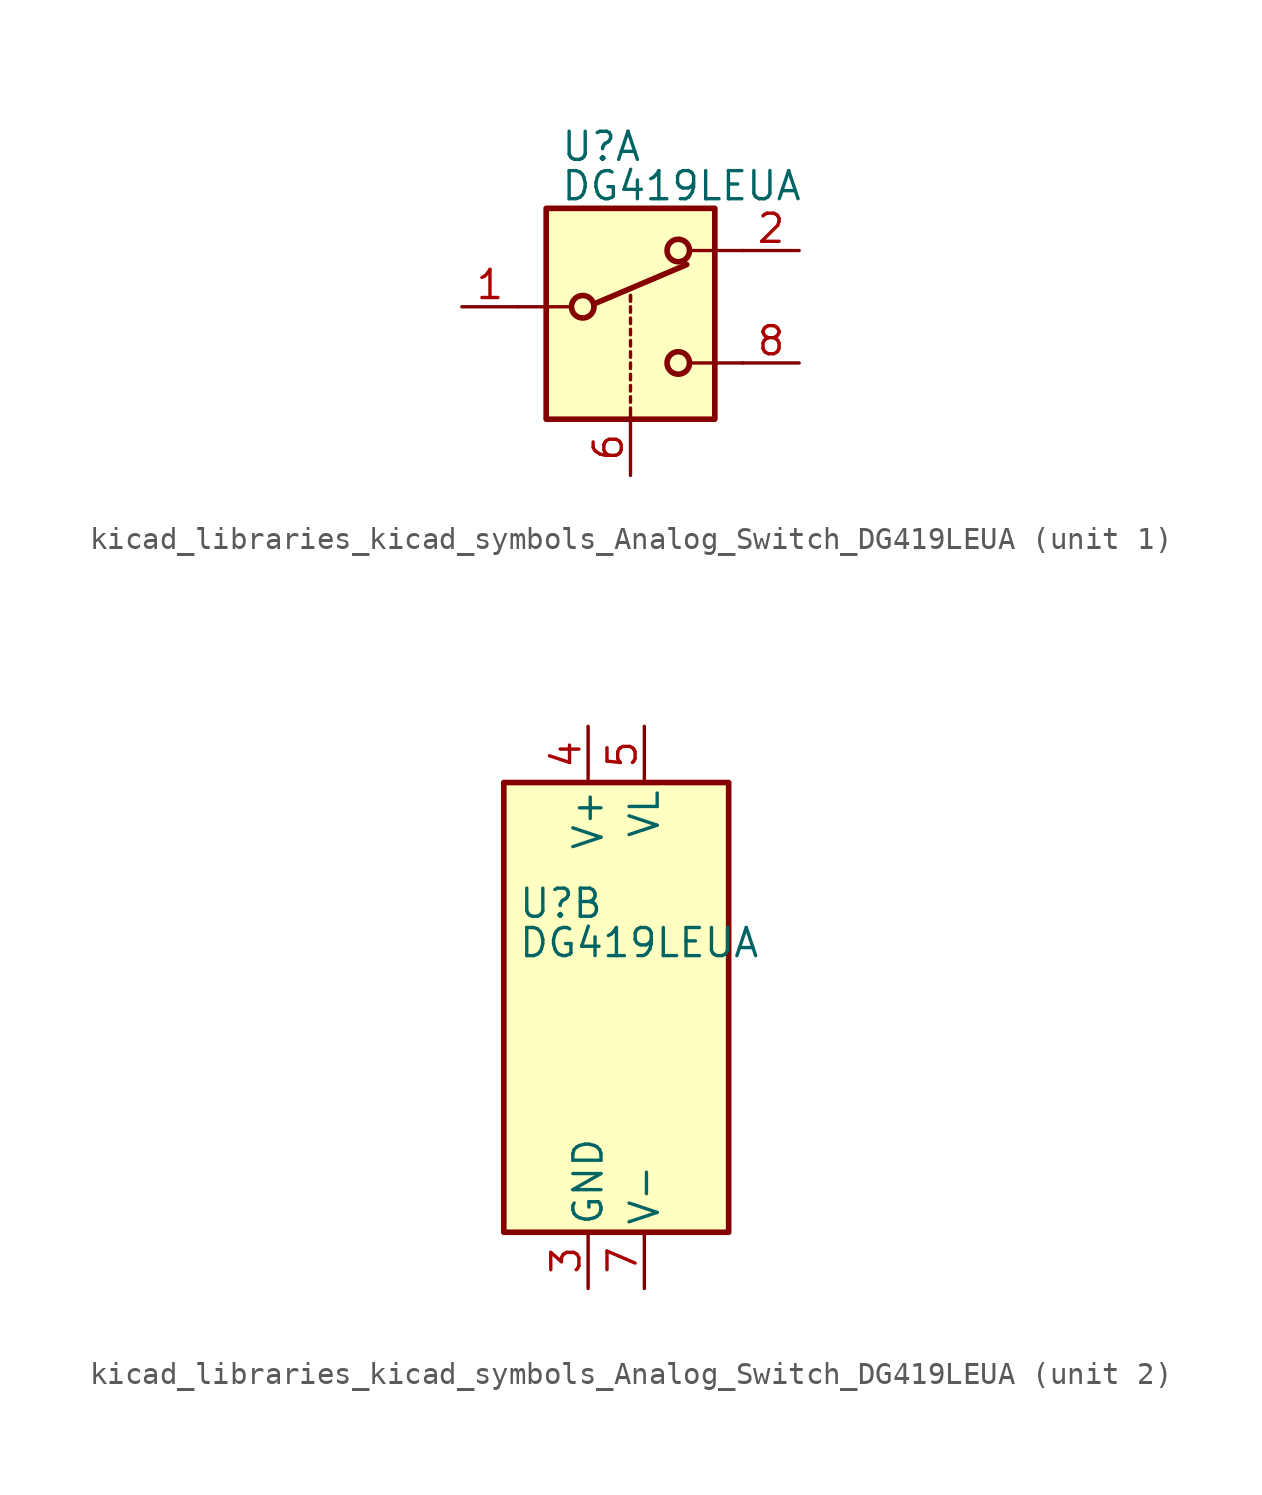
<source format=kicad_sym>
(kicad_symbol_lib
  (version 20220914)
  (generator kicad_symbol_editor)
  (symbol "kicad_libraries_kicad_symbols_Analog_Switch_DG419LEUA"
    (pin_names
      (offset 0.254))
    (property "Reference" "U"
      (at -3.175 4.699 0)
      (effects (font (size 1.27 1.27)) (justify left)))
    (property "Value" "DG419LEUA"
      (at -3.175 2.921 0)
      (effects (font (size 1.27 1.27)) (justify left)))
    (symbol "kicad_libraries_kicad_symbols_Analog_Switch_DG419LEUA_1_1"
      (rectangle (start -3.81 1.905) (end 3.81 -7.62) (stroke (width 0.254) (type default)) (fill (type background)))
      (circle (center -2.159 -2.54) (radius 0.508) (stroke (width 0.254) (type default)) (fill (type none)))
      (polyline (pts (xy -5.08 -2.54) (xy -2.794 -2.54)) (stroke (width 0) (type default)) (fill (type none)))
      (polyline (pts (xy -1.651 -2.413) (xy 2.54 -0.635)) (stroke (width 0.254) (type default)) (fill (type none)))
      (polyline (pts (xy 0 -7.62) (xy 0 -7.112)) (stroke (width 0) (type default)) (fill (type none)))
      (polyline (pts (xy 0 -6.858) (xy 0 -6.604)) (stroke (width 0) (type default)) (fill (type none)))
      (polyline (pts (xy 0 -6.35) (xy 0 -6.096)) (stroke (width 0) (type default)) (fill (type none)))
      (polyline (pts (xy 0 -5.842) (xy 0 -5.588)) (stroke (width 0) (type default)) (fill (type none)))
      (polyline (pts (xy 0 -5.334) (xy 0 -5.08)) (stroke (width 0) (type default)) (fill (type none)))
      (polyline (pts (xy 0 -4.826) (xy 0 -4.572)) (stroke (width 0) (type default)) (fill (type none)))
      (polyline (pts (xy 0 -4.318) (xy 0 -4.064)) (stroke (width 0) (type default)) (fill (type none)))
      (polyline (pts (xy 0 -3.81) (xy 0 -3.556)) (stroke (width 0) (type default)) (fill (type none)))
      (polyline (pts (xy 0 -3.302) (xy 0 -3.048)) (stroke (width 0) (type default)) (fill (type none)))
      (polyline (pts (xy 0 -2.794) (xy 0 -2.54)) (stroke (width 0) (type default)) (fill (type none)))
      (polyline (pts (xy 0 -2.286) (xy 0 -2.032)) (stroke (width 0) (type default)) (fill (type none)))
      (polyline (pts (xy 0 -2.286) (xy 0 -2.032)) (stroke (width 0) (type default)) (fill (type none)))
      (polyline (pts (xy 5.08 -5.08) (xy 2.794 -5.08)) (stroke (width 0) (type default)) (fill (type none)))
      (polyline (pts (xy 5.08 0) (xy 2.794 0)) (stroke (width 0) (type default)) (fill (type none)))
      (circle (center 2.159 -5.08) (radius 0.508) (stroke (width 0.254) (type default)) (fill (type none)))
      (circle (center 2.159 0) (radius 0.508) (stroke (width 0.254) (type default)) (fill (type none)))
      (pin passive line (at -7.62 -2.54 0) (length 2.54) (name "~" (effects (font (size 1.27 1.27)))) (number "1" (effects (font (size 1.27 1.27)))))
      (pin passive line (at 7.62 0 180) (length 2.54) (name "~" (effects (font (size 1.27 1.27)))) (number "2" (effects (font (size 1.27 1.27)))))
      (pin input line (at 0 -10.16 90) (length 2.54) (name "~" (effects (font (size 1.27 1.27)))) (number "6" (effects (font (size 1.27 1.27)))))
      (pin passive line (at 7.62 -5.08 180) (length 2.54) (name "~" (effects (font (size 1.27 1.27)))) (number "8" (effects (font (size 1.27 1.27))))))
    (symbol "kicad_libraries_kicad_symbols_Analog_Switch_DG419LEUA_2_0"
      (pin power_in line (at 0 -12.7 90) (length 2.54) (name "GND" (effects (font (size 1.27 1.27)))) (number "3" (effects (font (size 1.27 1.27)))))
      (pin power_in line (at 0 12.7 270) (length 2.54) (name "V+" (effects (font (size 1.27 1.27)))) (number "4" (effects (font (size 1.27 1.27)))))
      (pin power_in line (at 2.54 12.7 270) (length 2.54) (name "VL" (effects (font (size 1.27 1.27)))) (number "5" (effects (font (size 1.27 1.27)))))
      (pin power_in line (at 2.54 -12.7 90) (length 2.54) (name "V-" (effects (font (size 1.27 1.27)))) (number "7" (effects (font (size 1.27 1.27))))))
    (symbol "kicad_libraries_kicad_symbols_Analog_Switch_DG419LEUA_2_1"
      (rectangle (start -3.81 10.16) (end 6.35 -10.16) (stroke (width 0.254) (type default)) (fill (type background))))))
</source>
